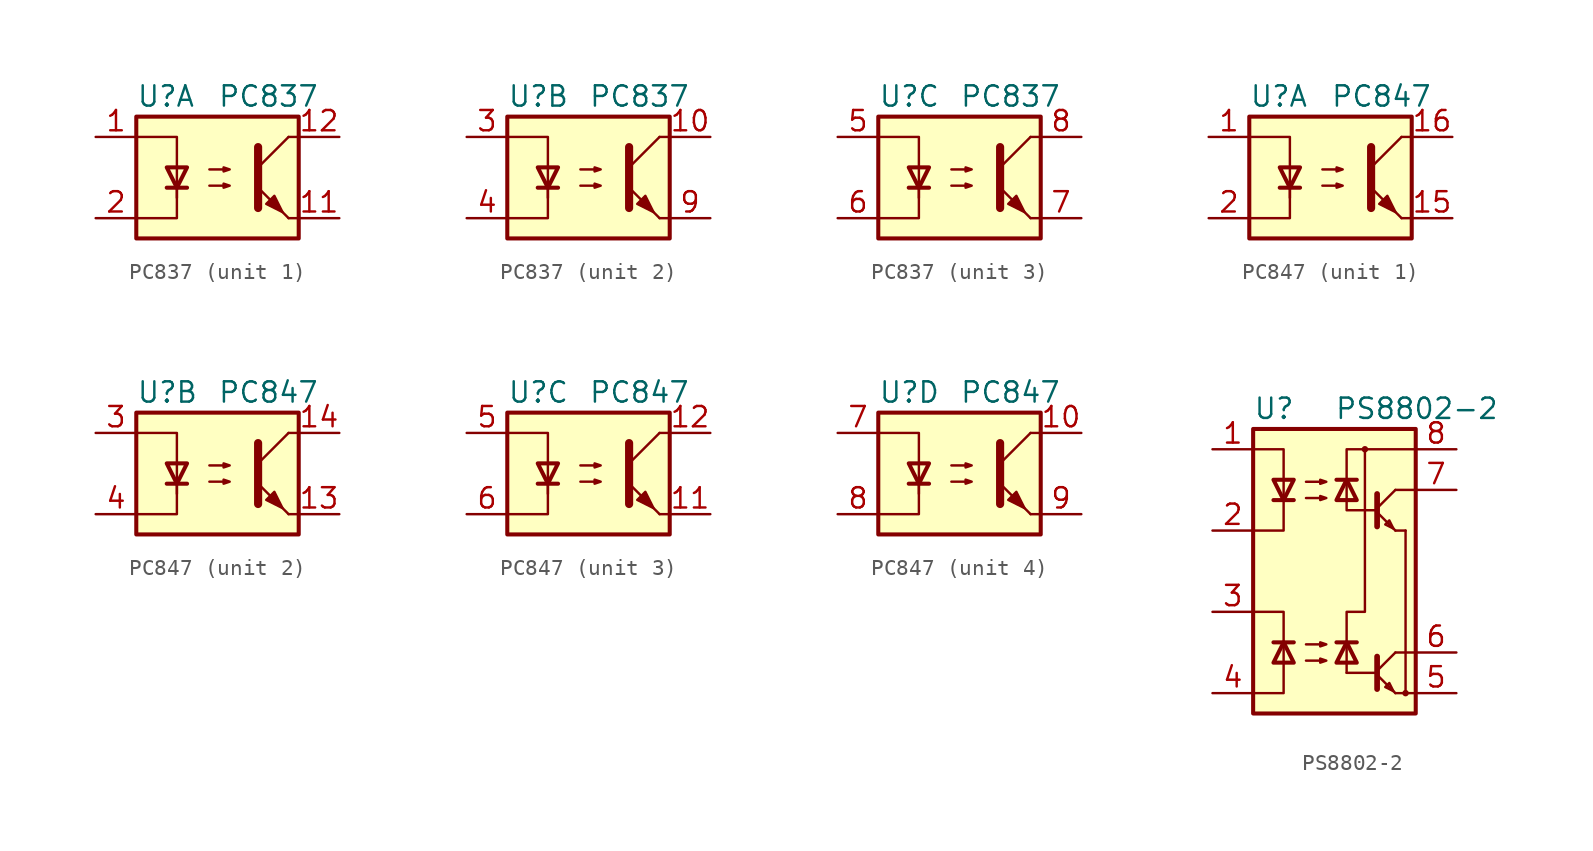
<source format=kicad_sym>
(kicad_symbol_lib
  (version 20201005)
  (generator kicad_symbol_editor)
  (symbol "Isolator_Optocoupler:PC837"
    (property "Reference" "U"
      (at -5.08 5.08 0)
      (effects (font (size 1.27 1.27)) (justify left)))
    (property "Value" "PC837"
      (at 0 5.08 0)
      (effects (font (size 1.27 1.27)) (justify left)))
    (symbol "PC837_0_1"
      (rectangle (start -5.08 3.81) (end 5.08 -3.81) (stroke (width 0.254)) (fill (type background)))
      (polyline (pts (xy -3.175 -0.635) (xy -1.905 -0.635)) (stroke (width 0.254)) (fill (type none)))
      (polyline (pts (xy 2.54 0.635) (xy 4.445 2.54)) (stroke (width 0)) (fill (type none)))
      (polyline (pts (xy 4.445 -2.54) (xy 5.08 -2.54)) (stroke (width 0)) (fill (type none)))
      (polyline (pts (xy 4.445 2.54) (xy 5.08 2.54)) (stroke (width 0)) (fill (type none)))
      (polyline (pts (xy -2.54 -0.635) (xy -2.54 -2.54) (xy -5.08 -2.54)) (stroke (width 0)) (fill (type none)))
      (polyline (pts (xy 2.54 1.905) (xy 2.54 -1.905) (xy 2.54 -1.905)) (stroke (width 0.508)) (fill (type none)))
      (polyline (pts (xy -5.08 2.54) (xy -2.54 2.54) (xy -2.54 -1.27) (xy -2.54 0.635)) (stroke (width 0)) (fill (type none)))
      (polyline (pts (xy -2.54 -0.635) (xy -3.175 0.635) (xy -1.905 0.635) (xy -2.54 -0.635)) (stroke (width 0.254)) (fill (type none)))
      (polyline (pts (xy -0.508 -0.508) (xy 0.762 -0.508) (xy 0.381 -0.635) (xy 0.381 -0.381) (xy 0.762 -0.508)) (stroke (width 0)) (fill (type none)))
      (polyline (pts (xy -0.508 0.508) (xy 0.762 0.508) (xy 0.381 0.381) (xy 0.381 0.635) (xy 0.762 0.508)) (stroke (width 0)) (fill (type none)))
      (polyline (pts (xy 4.445 -2.54) (xy 2.54 -0.635)) (stroke (width 0)) (fill (type outline)))
      (polyline (pts (xy 3.048 -1.651) (xy 3.556 -1.143) (xy 4.064 -2.159) (xy 3.048 -1.651) (xy 3.048 -1.651)) (stroke (width 0)) (fill (type outline))))
    (symbol "PC837_1_1"
      (pin passive line (at -7.62 2.54 0) (length 2.54) (name "~" (effects (font (size 1.27 1.27)))) (number "1" (effects (font (size 1.27 1.27)))))
      (pin passive line (at 7.62 -2.54 180) (length 2.54) (name "~" (effects (font (size 1.27 1.27)))) (number "11" (effects (font (size 1.27 1.27)))))
      (pin passive line (at 7.62 2.54 180) (length 2.54) (name "~" (effects (font (size 1.27 1.27)))) (number "12" (effects (font (size 1.27 1.27)))))
      (pin passive line (at -7.62 -2.54 0) (length 2.54) (name "~" (effects (font (size 1.27 1.27)))) (number "2" (effects (font (size 1.27 1.27))))))
    (symbol "PC837_2_1"
      (pin passive line (at 7.62 2.54 180) (length 2.54) (name "~" (effects (font (size 1.27 1.27)))) (number "10" (effects (font (size 1.27 1.27)))))
      (pin passive line (at -7.62 2.54 0) (length 2.54) (name "~" (effects (font (size 1.27 1.27)))) (number "3" (effects (font (size 1.27 1.27)))))
      (pin passive line (at -7.62 -2.54 0) (length 2.54) (name "~" (effects (font (size 1.27 1.27)))) (number "4" (effects (font (size 1.27 1.27)))))
      (pin passive line (at 7.62 -2.54 180) (length 2.54) (name "~" (effects (font (size 1.27 1.27)))) (number "9" (effects (font (size 1.27 1.27))))))
    (symbol "PC837_3_1"
      (pin passive line (at -7.62 2.54 0) (length 2.54) (name "~" (effects (font (size 1.27 1.27)))) (number "5" (effects (font (size 1.27 1.27)))))
      (pin passive line (at -7.62 -2.54 0) (length 2.54) (name "~" (effects (font (size 1.27 1.27)))) (number "6" (effects (font (size 1.27 1.27)))))
      (pin passive line (at 7.62 -2.54 180) (length 2.54) (name "~" (effects (font (size 1.27 1.27)))) (number "7" (effects (font (size 1.27 1.27)))))
      (pin passive line (at 7.62 2.54 180) (length 2.54) (name "~" (effects (font (size 1.27 1.27)))) (number "8" (effects (font (size 1.27 1.27)))))))
  (symbol "Isolator_Optocoupler:PC847"
    (property "Reference" "U"
      (at -5.08 5.08 0)
      (effects (font (size 1.27 1.27)) (justify left)))
    (property "Value" "PC847"
      (at 0 5.08 0)
      (effects (font (size 1.27 1.27)) (justify left)))
    (symbol "PC847_0_1"
      (rectangle (start -5.08 3.81) (end 5.08 -3.81) (stroke (width 0.254)) (fill (type background)))
      (polyline (pts (xy -3.175 -0.635) (xy -1.905 -0.635)) (stroke (width 0.254)) (fill (type none)))
      (polyline (pts (xy 2.54 0.635) (xy 4.445 2.54)) (stroke (width 0)) (fill (type none)))
      (polyline (pts (xy 4.445 -2.54) (xy 5.08 -2.54)) (stroke (width 0)) (fill (type none)))
      (polyline (pts (xy 4.445 2.54) (xy 5.08 2.54)) (stroke (width 0)) (fill (type none)))
      (polyline (pts (xy -2.54 -0.635) (xy -2.54 -2.54) (xy -5.08 -2.54)) (stroke (width 0)) (fill (type none)))
      (polyline (pts (xy 2.54 1.905) (xy 2.54 -1.905) (xy 2.54 -1.905)) (stroke (width 0.508)) (fill (type none)))
      (polyline (pts (xy -5.08 2.54) (xy -2.54 2.54) (xy -2.54 -1.27) (xy -2.54 0.635)) (stroke (width 0)) (fill (type none)))
      (polyline (pts (xy -2.54 -0.635) (xy -3.175 0.635) (xy -1.905 0.635) (xy -2.54 -0.635)) (stroke (width 0.254)) (fill (type none)))
      (polyline (pts (xy -0.508 -0.508) (xy 0.762 -0.508) (xy 0.381 -0.635) (xy 0.381 -0.381) (xy 0.762 -0.508)) (stroke (width 0)) (fill (type none)))
      (polyline (pts (xy -0.508 0.508) (xy 0.762 0.508) (xy 0.381 0.381) (xy 0.381 0.635) (xy 0.762 0.508)) (stroke (width 0)) (fill (type none)))
      (polyline (pts (xy 4.445 -2.54) (xy 2.54 -0.635)) (stroke (width 0)) (fill (type outline)))
      (polyline (pts (xy 3.048 -1.651) (xy 3.556 -1.143) (xy 4.064 -2.159) (xy 3.048 -1.651) (xy 3.048 -1.651)) (stroke (width 0)) (fill (type outline))))
    (symbol "PC847_1_1"
      (pin passive line (at -7.62 2.54 0) (length 2.54) (name "~" (effects (font (size 1.27 1.27)))) (number "1" (effects (font (size 1.27 1.27)))))
      (pin passive line (at 7.62 -2.54 180) (length 2.54) (name "~" (effects (font (size 1.27 1.27)))) (number "15" (effects (font (size 1.27 1.27)))))
      (pin passive line (at 7.62 2.54 180) (length 2.54) (name "~" (effects (font (size 1.27 1.27)))) (number "16" (effects (font (size 1.27 1.27)))))
      (pin passive line (at -7.62 -2.54 0) (length 2.54) (name "~" (effects (font (size 1.27 1.27)))) (number "2" (effects (font (size 1.27 1.27))))))
    (symbol "PC847_2_1"
      (pin passive line (at 7.62 -2.54 180) (length 2.54) (name "~" (effects (font (size 1.27 1.27)))) (number "13" (effects (font (size 1.27 1.27)))))
      (pin passive line (at 7.62 2.54 180) (length 2.54) (name "~" (effects (font (size 1.27 1.27)))) (number "14" (effects (font (size 1.27 1.27)))))
      (pin passive line (at -7.62 2.54 0) (length 2.54) (name "~" (effects (font (size 1.27 1.27)))) (number "3" (effects (font (size 1.27 1.27)))))
      (pin passive line (at -7.62 -2.54 0) (length 2.54) (name "~" (effects (font (size 1.27 1.27)))) (number "4" (effects (font (size 1.27 1.27))))))
    (symbol "PC847_3_1"
      (pin passive line (at 7.62 -2.54 180) (length 2.54) (name "~" (effects (font (size 1.27 1.27)))) (number "11" (effects (font (size 1.27 1.27)))))
      (pin passive line (at 7.62 2.54 180) (length 2.54) (name "~" (effects (font (size 1.27 1.27)))) (number "12" (effects (font (size 1.27 1.27)))))
      (pin passive line (at -7.62 2.54 0) (length 2.54) (name "~" (effects (font (size 1.27 1.27)))) (number "5" (effects (font (size 1.27 1.27)))))
      (pin passive line (at -7.62 -2.54 0) (length 2.54) (name "~" (effects (font (size 1.27 1.27)))) (number "6" (effects (font (size 1.27 1.27))))))
    (symbol "PC847_4_1"
      (pin passive line (at 7.62 2.54 180) (length 2.54) (name "~" (effects (font (size 1.27 1.27)))) (number "10" (effects (font (size 1.27 1.27)))))
      (pin passive line (at -7.62 2.54 0) (length 2.54) (name "~" (effects (font (size 1.27 1.27)))) (number "7" (effects (font (size 1.27 1.27)))))
      (pin passive line (at -7.62 -2.54 0) (length 2.54) (name "~" (effects (font (size 1.27 1.27)))) (number "8" (effects (font (size 1.27 1.27)))))
      (pin passive line (at 7.62 -2.54 180) (length 2.54) (name "~" (effects (font (size 1.27 1.27)))) (number "9" (effects (font (size 1.27 1.27)))))))
  (symbol "Isolator_Optocoupler:PS8802-2"
    (pin_names hide)
    (property "Reference" "U"
      (at -5.08 10.16 0)
      (effects (font (size 1.27 1.27)) (justify left)))
    (property "Value" "PS8802-2"
      (at 0 10.16 0)
      (effects (font (size 1.27 1.27)) (justify left)))
    (symbol "PS8802-2_0_1"
      (circle (center 1.905 7.62) (radius 0.127) (stroke (width 0)) (fill (type none)))
      (circle (center 4.445 -7.62) (radius 0.127) (stroke (width 0)) (fill (type none)))
      (rectangle (start -5.08 8.89) (end 5.08 -8.89) (stroke (width 0.254)) (fill (type background)))
      (polyline (pts (xy -3.81 -4.445) (xy -2.54 -4.445)) (stroke (width 0.254)) (fill (type none)))
      (polyline (pts (xy -3.81 4.445) (xy -2.54 4.445)) (stroke (width 0.254)) (fill (type none)))
      (polyline (pts (xy 0.762 -6.35) (xy 0.762 -5.715)) (stroke (width 0)) (fill (type none)))
      (polyline (pts (xy 1.397 -4.445) (xy 0.127 -4.445)) (stroke (width 0.254)) (fill (type none)))
      (polyline (pts (xy 1.397 5.715) (xy 0.127 5.715)) (stroke (width 0.254)) (fill (type none)))
      (polyline (pts (xy 2.667 -6.477) (xy 3.81 -7.62)) (stroke (width 0)) (fill (type none)))
      (polyline (pts (xy 2.667 -6.223) (xy 3.81 -5.08)) (stroke (width 0)) (fill (type none)))
      (polyline (pts (xy 2.667 3.683) (xy 3.81 2.54)) (stroke (width 0)) (fill (type none)))
      (polyline (pts (xy 2.667 3.937) (xy 3.81 5.08)) (stroke (width 0)) (fill (type none)))
      (polyline (pts (xy 3.81 -7.62) (xy 5.08 -7.62)) (stroke (width 0)) (fill (type none)))
      (polyline (pts (xy 3.81 -5.08) (xy 5.08 -5.08)) (stroke (width 0)) (fill (type none)))
      (polyline (pts (xy 3.81 2.54) (xy 4.445 2.54)) (stroke (width 0)) (fill (type none)))
      (polyline (pts (xy 3.81 5.08) (xy 5.08 5.08)) (stroke (width 0)) (fill (type none)))
      (polyline (pts (xy 4.445 2.54) (xy 4.445 -7.62)) (stroke (width 0)) (fill (type none)))
      (polyline (pts (xy 0.762 -6.35) (xy 1.905 -6.35) (xy 2.54 -6.35)) (stroke (width 0)) (fill (type none)))
      (polyline (pts (xy 0.762 4.445) (xy 0.762 7.62) (xy 5.08 7.62)) (stroke (width 0)) (fill (type none)))
      (polyline (pts (xy 2.667 -5.334) (xy 2.667 -7.366) (xy 2.667 -7.366)) (stroke (width 0.356)) (fill (type none)))
      (polyline (pts (xy 2.667 4.826) (xy 2.667 2.794) (xy 2.667 2.794)) (stroke (width 0.356)) (fill (type none)))
      (polyline (pts (xy -5.08 -2.54) (xy -3.175 -2.54) (xy -3.175 -7.62) (xy -5.08 -7.62)) (stroke (width 0)) (fill (type none)))
      (polyline (pts (xy -5.08 2.54) (xy -3.175 2.54) (xy -3.175 7.62) (xy -5.08 7.62)) (stroke (width 0)) (fill (type none)))
      (polyline (pts (xy -3.175 -4.445) (xy -3.81 -5.715) (xy -2.54 -5.715) (xy -3.175 -4.445)) (stroke (width 0.254)) (fill (type none)))
      (polyline (pts (xy -3.175 4.445) (xy -3.81 5.715) (xy -2.54 5.715) (xy -3.175 4.445)) (stroke (width 0.254)) (fill (type none)))
      (polyline (pts (xy 0.762 -5.715) (xy 0.762 -2.54) (xy 1.905 -2.54) (xy 1.905 7.62)) (stroke (width 0)) (fill (type none)))
      (polyline (pts (xy 0.762 -4.445) (xy 1.397 -5.715) (xy 0.127 -5.715) (xy 0.762 -4.445)) (stroke (width 0.254)) (fill (type none)))
      (polyline (pts (xy 0.762 4.445) (xy 0.762 3.81) (xy 1.905 3.81) (xy 2.54 3.81)) (stroke (width 0)) (fill (type none)))
      (polyline (pts (xy 0.762 5.715) (xy 1.397 4.445) (xy 0.127 4.445) (xy 0.762 5.715)) (stroke (width 0.254)) (fill (type none)))
      (polyline (pts (xy 3.683 -7.493) (xy 3.429 -6.985) (xy 3.175 -7.239) (xy 3.683 -7.493)) (stroke (width 0)) (fill (type none)))
      (polyline (pts (xy 3.683 2.667) (xy 3.429 3.175) (xy 3.175 2.921) (xy 3.683 2.667)) (stroke (width 0)) (fill (type none)))
      (polyline (pts (xy -1.778 -5.588) (xy -0.508 -5.588) (xy -0.889 -5.715) (xy -0.889 -5.461) (xy -0.508 -5.588)) (stroke (width 0)) (fill (type none)))
      (polyline (pts (xy -1.778 -4.572) (xy -0.508 -4.572) (xy -0.889 -4.699) (xy -0.889 -4.445) (xy -0.508 -4.572)) (stroke (width 0)) (fill (type none)))
      (polyline (pts (xy -1.778 4.572) (xy -0.508 4.572) (xy -0.889 4.445) (xy -0.889 4.699) (xy -0.508 4.572)) (stroke (width 0)) (fill (type none)))
      (polyline (pts (xy -1.778 5.588) (xy -0.508 5.588) (xy -0.889 5.461) (xy -0.889 5.715) (xy -0.508 5.588)) (stroke (width 0)) (fill (type none))))
    (symbol "PS8802-2_1_1"
      (pin passive line (at -7.62 7.62 0) (length 2.54) (name "A1" (effects (font (size 1.27 1.27)))) (number "1" (effects (font (size 1.27 1.27)))))
      (pin passive line (at -7.62 2.54 0) (length 2.54) (name "C1" (effects (font (size 1.27 1.27)))) (number "2" (effects (font (size 1.27 1.27)))))
      (pin passive line (at -7.62 -2.54 0) (length 2.54) (name "C2" (effects (font (size 1.27 1.27)))) (number "3" (effects (font (size 1.27 1.27)))))
      (pin passive line (at -7.62 -7.62 0) (length 2.54) (name "A2" (effects (font (size 1.27 1.27)))) (number "4" (effects (font (size 1.27 1.27)))))
      (pin passive line (at 7.62 -7.62 180) (length 2.54) (name "GND" (effects (font (size 1.27 1.27)))) (number "5" (effects (font (size 1.27 1.27)))))
      (pin passive line (at 7.62 -5.08 180) (length 2.54) (name "VO2" (effects (font (size 1.27 1.27)))) (number "6" (effects (font (size 1.27 1.27)))))
      (pin passive line (at 7.62 5.08 180) (length 2.54) (name "VO1" (effects (font (size 1.27 1.27)))) (number "7" (effects (font (size 1.27 1.27)))))
      (pin passive line (at 7.62 7.62 180) (length 2.54) (name "VCC" (effects (font (size 1.27 1.27)))) (number "8" (effects (font (size 1.27 1.27))))))))
</source>
